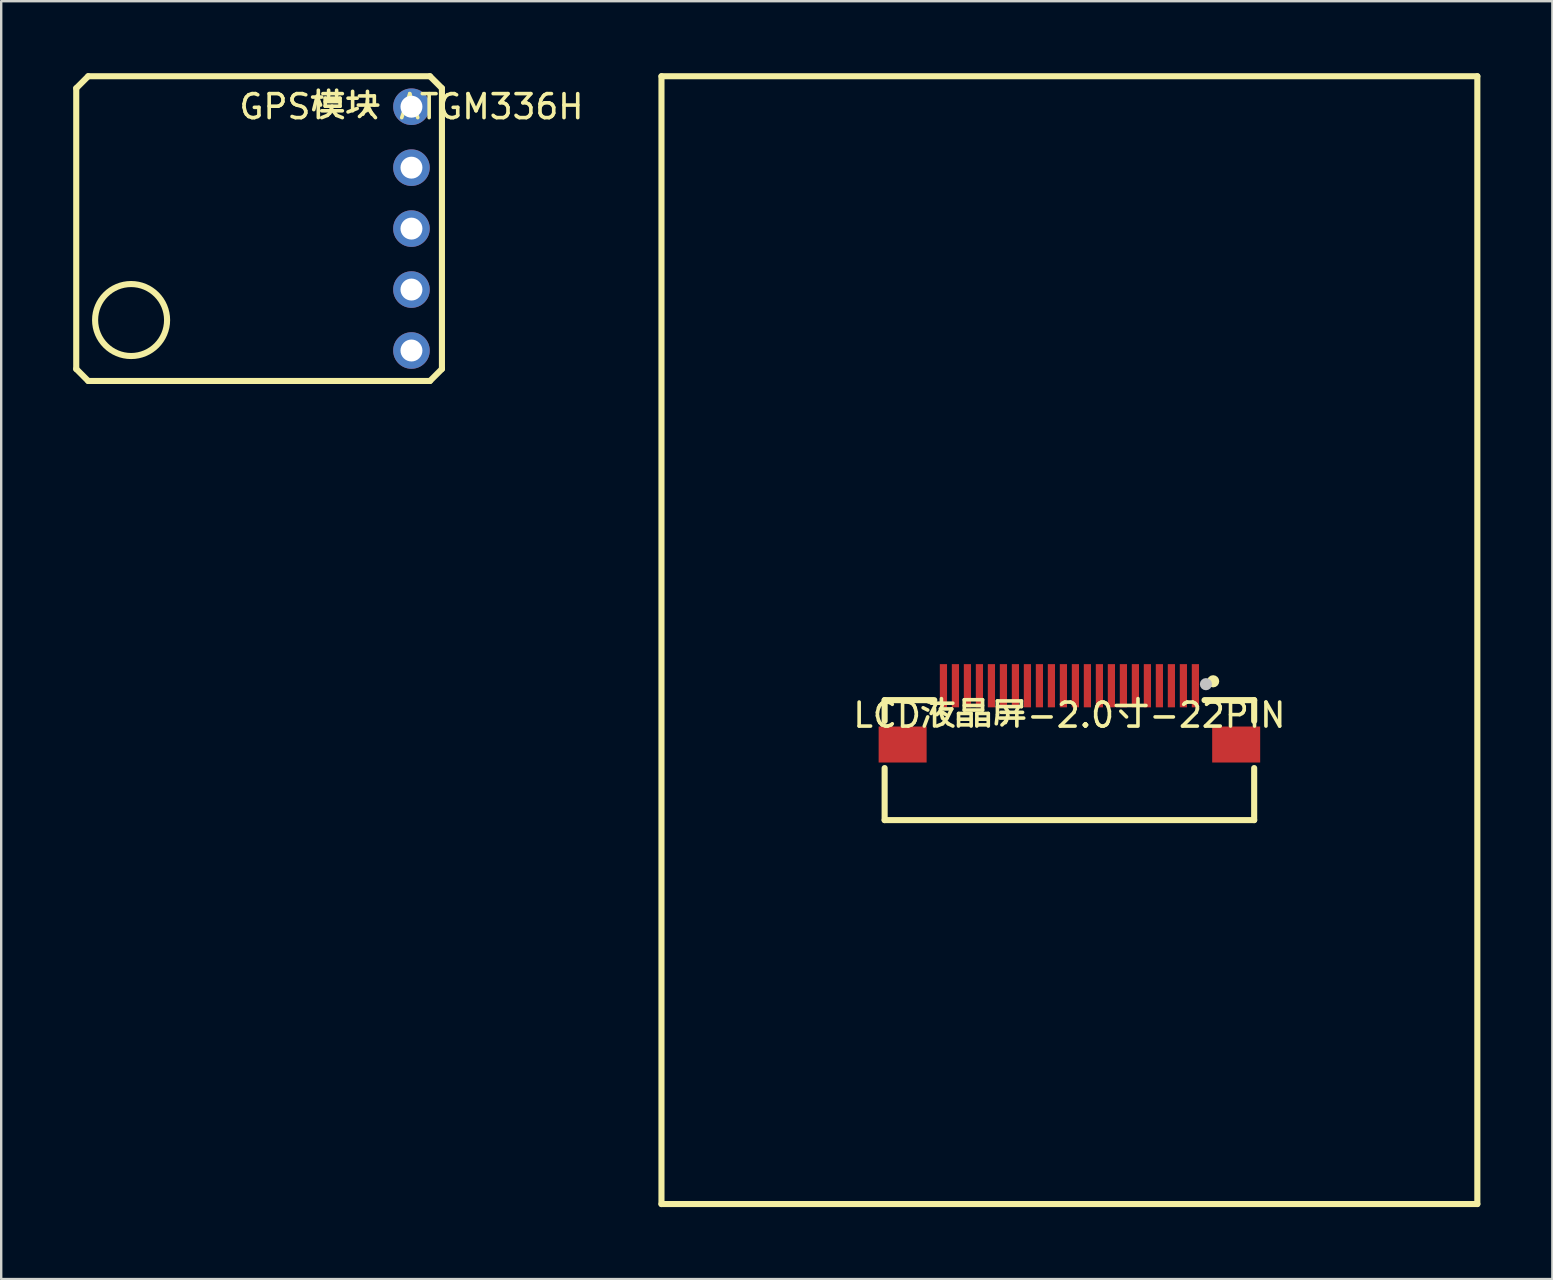
<source format=kicad_pcb>
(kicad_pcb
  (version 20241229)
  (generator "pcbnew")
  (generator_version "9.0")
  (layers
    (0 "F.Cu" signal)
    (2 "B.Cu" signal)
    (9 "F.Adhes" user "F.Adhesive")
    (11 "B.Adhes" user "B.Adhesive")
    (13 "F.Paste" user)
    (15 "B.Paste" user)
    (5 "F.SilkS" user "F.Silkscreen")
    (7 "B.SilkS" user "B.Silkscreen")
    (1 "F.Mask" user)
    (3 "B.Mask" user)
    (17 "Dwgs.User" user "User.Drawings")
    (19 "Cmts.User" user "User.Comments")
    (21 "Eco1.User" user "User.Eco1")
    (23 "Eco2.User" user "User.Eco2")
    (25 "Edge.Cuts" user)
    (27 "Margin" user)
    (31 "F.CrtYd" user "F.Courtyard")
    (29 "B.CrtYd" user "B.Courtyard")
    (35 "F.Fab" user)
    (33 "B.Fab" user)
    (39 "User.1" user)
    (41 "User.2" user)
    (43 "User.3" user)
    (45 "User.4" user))
  (footprint "GPS模块 ATGM336H"
    (layer "F.Cu")
    (at 14.097 1.397)
    (property "Reference" "GPS模块 ATGM336H" (at 0 0 0) (layer "F.SilkS") (effects (font (size 1 1) (thickness 0.15))))
    (fp_line (start -13.97 -0.77) (end -13.97 10.93) (stroke (width 0.254) (type default)) (layer "F.SilkS"))
    (fp_line (start -13.97 10.93) (end -13.47 11.43) (stroke (width 0.254) (type default)) (layer "F.SilkS"))
    (fp_line (start -13.47 -1.27) (end -13.97 -0.77) (stroke (width 0.254) (type default)) (layer "F.SilkS"))
    (fp_line (start -13.47 11.43) (end 0.77 11.43) (stroke (width 0.254) (type default)) (layer "F.SilkS"))
    (fp_line (start 0.77 -1.27) (end -13.47 -1.27) (stroke (width 0.254) (type default)) (layer "F.SilkS"))
    (fp_line (start 0.77 11.43) (end 1.27 10.93) (stroke (width 0.254) (type default)) (layer "F.SilkS"))
    (fp_line (start 1.27 -0.77) (end 0.77 -1.27) (stroke (width 0.254) (type default)) (layer "F.SilkS"))
    (fp_line (start 1.27 10.93) (end 1.27 -0.77) (stroke (width 0.254) (type default)) (layer "F.SilkS"))
    (fp_circle (center -11.684 8.89) (end -10.184 8.89) (stroke (width 0.254) (type default)) (fill no) (layer "F.SilkS"))
    (pad "1" thru_hole circle (at 0 0 270) (size 1.524 1.524) (drill 0.914) (layers "*.Cu" "*.Mask"))
    (pad "2" thru_hole circle (at 0 2.54 270) (size 1.524 1.524) (drill 0.914) (layers "*.Cu" "*.Mask"))
    (pad "3" thru_hole circle (at 0 5.08 270) (size 1.524 1.524) (drill 0.914) (layers "*.Cu" "*.Mask"))
    (pad "4" thru_hole circle (at 0 7.62 270) (size 1.524 1.524) (drill 0.914) (layers "*.Cu" "*.Mask"))
    (pad "5" thru_hole circle (at 0 10.16 270) (size 1.524 1.524) (drill 0.914) (layers "*.Cu" "*.Mask")))
  (footprint "LCD液晶屏-2.0寸-22PIN"
    (layer "F.Cu")
    (at 41.516 26.752)
    (property "Reference" "LCD液晶屏-2.0寸-22PIN" (at 0 0 0) (layer "F.SilkS") (effects (font (size 1 1) (thickness 0.15))))
    (fp_line (start -17 -26.625) (end 17 -26.625) (stroke (width 0.254) (type default)) (layer "F.SilkS"))
    (fp_line (start -17 20.375) (end -17 -26.625) (stroke (width 0.254) (type default)) (layer "F.SilkS"))
    (fp_line (start -17 20.375) (end 17 20.375) (stroke (width 0.254) (type default)) (layer "F.SilkS"))
    (fp_line (start -7.7 0.244) (end -7.7 -0.625) (stroke (width 0.254) (type default)) (layer "F.SilkS"))
    (fp_line (start -7.7 4.375) (end -7.7 2.206) (stroke (width 0.254) (type default)) (layer "F.SilkS"))
    (fp_line (start -5.631 -0.625) (end -7.7 -0.625) (stroke (width 0.254) (type default)) (layer "F.SilkS"))
    (fp_line (start 7.7 -0.625) (end 5.631 -0.625) (stroke (width 0.254) (type default)) (layer "F.SilkS"))
    (fp_line (start 7.7 0.244) (end 7.7 -0.625) (stroke (width 0.254) (type default)) (layer "F.SilkS"))
    (fp_line (start 7.7 4.375) (end -7.7 4.375) (stroke (width 0.254) (type default)) (layer "F.SilkS"))
    (fp_line (start 7.7 4.375) (end 7.7 2.206) (stroke (width 0.254) (type default)) (layer "F.SilkS"))
    (fp_line (start 17 20.375) (end 17 -26.625) (stroke (width 0.254) (type default)) (layer "F.SilkS"))
    (fp_circle (center 5.99 -1.41) (end 6.117 -1.41) (stroke (width 0.254) (type default)) (fill no) (layer "F.SilkS"))
    (fp_circle (center 5.69 -1.29) (end 5.817 -1.29) (stroke (width 0.254) (type default)) (fill no) (layer "Dwgs.User"))
    (fp_poly (pts (xy -6.2 1.725) (xy -7.7 1.725) (xy -7.7 0.725) (xy -6.2 0.725)) (stroke (width 0.1) (type default)) (fill no) (layer "User.1"))
    (fp_poly (pts (xy -5.15 -0.65) (xy -5.35 -0.65) (xy -5.35 -1.65) (xy -5.15 -1.65)) (stroke (width 0.1) (type default)) (fill no) (layer "User.1"))
    (fp_poly (pts (xy -4.65 -0.65) (xy -4.85 -0.65) (xy -4.85 -1.65) (xy -4.65 -1.65)) (stroke (width 0.1) (type default)) (fill no) (layer "User.1"))
    (fp_poly (pts (xy -4.15 -0.65) (xy -4.35 -0.65) (xy -4.35 -1.65) (xy -4.15 -1.65)) (stroke (width 0.1) (type default)) (fill no) (layer "User.1"))
    (fp_poly (pts (xy -3.65 -0.65) (xy -3.85 -0.65) (xy -3.85 -1.65) (xy -3.65 -1.65)) (stroke (width 0.1) (type default)) (fill no) (layer "User.1"))
    (fp_poly (pts (xy -3.15 -0.65) (xy -3.35 -0.65) (xy -3.35 -1.65) (xy -3.15 -1.65)) (stroke (width 0.1) (type default)) (fill no) (layer "User.1"))
    (fp_poly (pts (xy -2.65 -0.65) (xy -2.85 -0.65) (xy -2.85 -1.65) (xy -2.65 -1.65)) (stroke (width 0.1) (type default)) (fill no) (layer "User.1"))
    (fp_poly (pts (xy -2.15 -0.65) (xy -2.35 -0.65) (xy -2.35 -1.65) (xy -2.15 -1.65)) (stroke (width 0.1) (type default)) (fill no) (layer "User.1"))
    (fp_poly (pts (xy -1.65 -0.65) (xy -1.85 -0.65) (xy -1.85 -1.65) (xy -1.65 -1.65)) (stroke (width 0.1) (type default)) (fill no) (layer "User.1"))
    (fp_poly (pts (xy -1.15 -0.65) (xy -1.35 -0.65) (xy -1.35 -1.65) (xy -1.15 -1.65)) (stroke (width 0.1) (type default)) (fill no) (layer "User.1"))
    (fp_poly (pts (xy -0.65 -0.65) (xy -0.85 -0.65) (xy -0.85 -1.65) (xy -0.65 -1.65)) (stroke (width 0.1) (type default)) (fill no) (layer "User.1"))
    (fp_poly (pts (xy -0.15 -0.65) (xy -0.35 -0.65) (xy -0.35 -1.65) (xy -0.15 -1.65)) (stroke (width 0.1) (type default)) (fill no) (layer "User.1"))
    (fp_poly (pts (xy 0.35 -0.65) (xy 0.15 -0.65) (xy 0.15 -1.65) (xy 0.35 -1.65)) (stroke (width 0.1) (type default)) (fill no) (layer "User.1"))
    (fp_poly (pts (xy 0.85 -0.65) (xy 0.65 -0.65) (xy 0.65 -1.65) (xy 0.85 -1.65)) (stroke (width 0.1) (type default)) (fill no) (layer "User.1"))
    (fp_poly (pts (xy 1.35 -0.65) (xy 1.15 -0.65) (xy 1.15 -1.65) (xy 1.35 -1.65)) (stroke (width 0.1) (type default)) (fill no) (layer "User.1"))
    (fp_poly (pts (xy 1.85 -0.65) (xy 1.65 -0.65) (xy 1.65 -1.65) (xy 1.85 -1.65)) (stroke (width 0.1) (type default)) (fill no) (layer "User.1"))
    (fp_poly (pts (xy 2.35 -0.65) (xy 2.15 -0.65) (xy 2.15 -1.65) (xy 2.35 -1.65)) (stroke (width 0.1) (type default)) (fill no) (layer "User.1"))
    (fp_poly (pts (xy 2.85 -0.65) (xy 2.65 -0.65) (xy 2.65 -1.65) (xy 2.85 -1.65)) (stroke (width 0.1) (type default)) (fill no) (layer "User.1"))
    (fp_poly (pts (xy 3.35 -0.65) (xy 3.15 -0.65) (xy 3.15 -1.65) (xy 3.35 -1.65)) (stroke (width 0.1) (type default)) (fill no) (layer "User.1"))
    (fp_poly (pts (xy 3.85 -0.65) (xy 3.65 -0.65) (xy 3.65 -1.65) (xy 3.85 -1.65)) (stroke (width 0.1) (type default)) (fill no) (layer "User.1"))
    (fp_poly (pts (xy 4.35 -0.65) (xy 4.15 -0.65) (xy 4.15 -1.65) (xy 4.35 -1.65)) (stroke (width 0.1) (type default)) (fill no) (layer "User.1"))
    (fp_poly (pts (xy 4.85 -0.65) (xy 4.65 -0.65) (xy 4.65 -1.65) (xy 4.85 -1.65)) (stroke (width 0.1) (type default)) (fill no) (layer "User.1"))
    (fp_poly (pts (xy 5.35 -0.65) (xy 5.15 -0.65) (xy 5.15 -1.65) (xy 5.35 -1.65)) (stroke (width 0.1) (type default)) (fill no) (layer "User.1"))
    (fp_poly (pts (xy 7.7 1.725) (xy 6.2 1.725) (xy 6.2 0.725) (xy 7.7 0.725)) (stroke (width 0.1) (type default)) (fill no) (layer "User.1"))
    (fp_line (start -7.7 -0.775) (end 7.7 -0.775) (stroke (width 0.051) (type default)) (layer "User.2"))
    (fp_line (start -7.7 4.375) (end -7.7 -0.775) (stroke (width 0.051) (type default)) (layer "User.2"))
    (fp_line (start 7.7 -0.775) (end 7.7 4.375) (stroke (width 0.051) (type default)) (layer "User.2"))
    (fp_line (start 7.7 4.375) (end -7.7 4.375) (stroke (width 0.051) (type default)) (layer "User.2"))
    (fp_poly (pts (xy 7.755 -1.673) (xy 7.723 -1.705) (xy 7.677 -1.705) (xy 7.645 -1.673) (xy 7.645 -1.627) (xy 7.677 -1.595) (xy 7.723 -1.595) (xy 7.755 -1.627)) (stroke (width 0.1) (type default)) (fill no) (layer "User.3"))
    (pad "1" smd rect (at -5.25 -1.225 180) (size 0.3 1.8) (layers "F.Cu" "F.Mask" "F.Paste"))
    (pad "2" smd rect (at -4.75 -1.225 180) (size 0.3 1.8) (layers "F.Cu" "F.Mask" "F.Paste"))
    (pad "3" smd rect (at -4.25 -1.225 180) (size 0.3 1.8) (layers "F.Cu" "F.Mask" "F.Paste"))
    (pad "4" smd rect (at -3.75 -1.225 180) (size 0.3 1.8) (layers "F.Cu" "F.Mask" "F.Paste"))
    (pad "5" smd rect (at -3.25 -1.225 180) (size 0.3 1.8) (layers "F.Cu" "F.Mask" "F.Paste"))
    (pad "6" smd rect (at -2.75 -1.225 180) (size 0.3 1.8) (layers "F.Cu" "F.Mask" "F.Paste"))
    (pad "7" smd rect (at -2.25 -1.225 180) (size 0.3 1.8) (layers "F.Cu" "F.Mask" "F.Paste"))
    (pad "8" smd rect (at -1.75 -1.225 180) (size 0.3 1.8) (layers "F.Cu" "F.Mask" "F.Paste"))
    (pad "9" smd rect (at -1.25 -1.225 180) (size 0.3 1.8) (layers "F.Cu" "F.Mask" "F.Paste"))
    (pad "10" smd rect (at -0.75 -1.225 180) (size 0.3 1.8) (layers "F.Cu" "F.Mask" "F.Paste"))
    (pad "11" smd rect (at -0.25 -1.225 180) (size 0.3 1.8) (layers "F.Cu" "F.Mask" "F.Paste"))
    (pad "12" smd rect (at 0.25 -1.225 180) (size 0.3 1.8) (layers "F.Cu" "F.Mask" "F.Paste"))
    (pad "13" smd rect (at 0.75 -1.225 180) (size 0.3 1.8) (layers "F.Cu" "F.Mask" "F.Paste"))
    (pad "14" smd rect (at 1.25 -1.225 180) (size 0.3 1.8) (layers "F.Cu" "F.Mask" "F.Paste"))
    (pad "15" smd rect (at 1.75 -1.225 180) (size 0.3 1.8) (layers "F.Cu" "F.Mask" "F.Paste"))
    (pad "16" smd rect (at 2.25 -1.225 180) (size 0.3 1.8) (layers "F.Cu" "F.Mask" "F.Paste"))
    (pad "17" smd rect (at 2.75 -1.225 180) (size 0.3 1.8) (layers "F.Cu" "F.Mask" "F.Paste"))
    (pad "18" smd rect (at 3.25 -1.225 180) (size 0.3 1.8) (layers "F.Cu" "F.Mask" "F.Paste"))
    (pad "19" smd rect (at 3.75 -1.225 180) (size 0.3 1.8) (layers "F.Cu" "F.Mask" "F.Paste"))
    (pad "20" smd rect (at 4.25 -1.225 180) (size 0.3 1.8) (layers "F.Cu" "F.Mask" "F.Paste"))
    (pad "21" smd rect (at 4.75 -1.225 180) (size 0.3 1.8) (layers "F.Cu" "F.Mask" "F.Paste"))
    (pad "22" smd rect (at 5.25 -1.225 180) (size 0.3 1.8) (layers "F.Cu" "F.Mask" "F.Paste"))
    (pad "23" smd rect (at -6.95 1.225 180) (size 2 1.5) (layers "F.Cu" "F.Mask" "F.Paste"))
    (pad "24" smd rect (at 6.95 1.225 180) (size 2 1.5) (layers "F.Cu" "F.Mask" "F.Paste")))
  (gr_rect
    (start -3 -3)
    (end 61.643 50.254)
    (stroke (width 0.1) (type default))
    (fill no)
    (layer "Edge.Cuts")))
</source>
